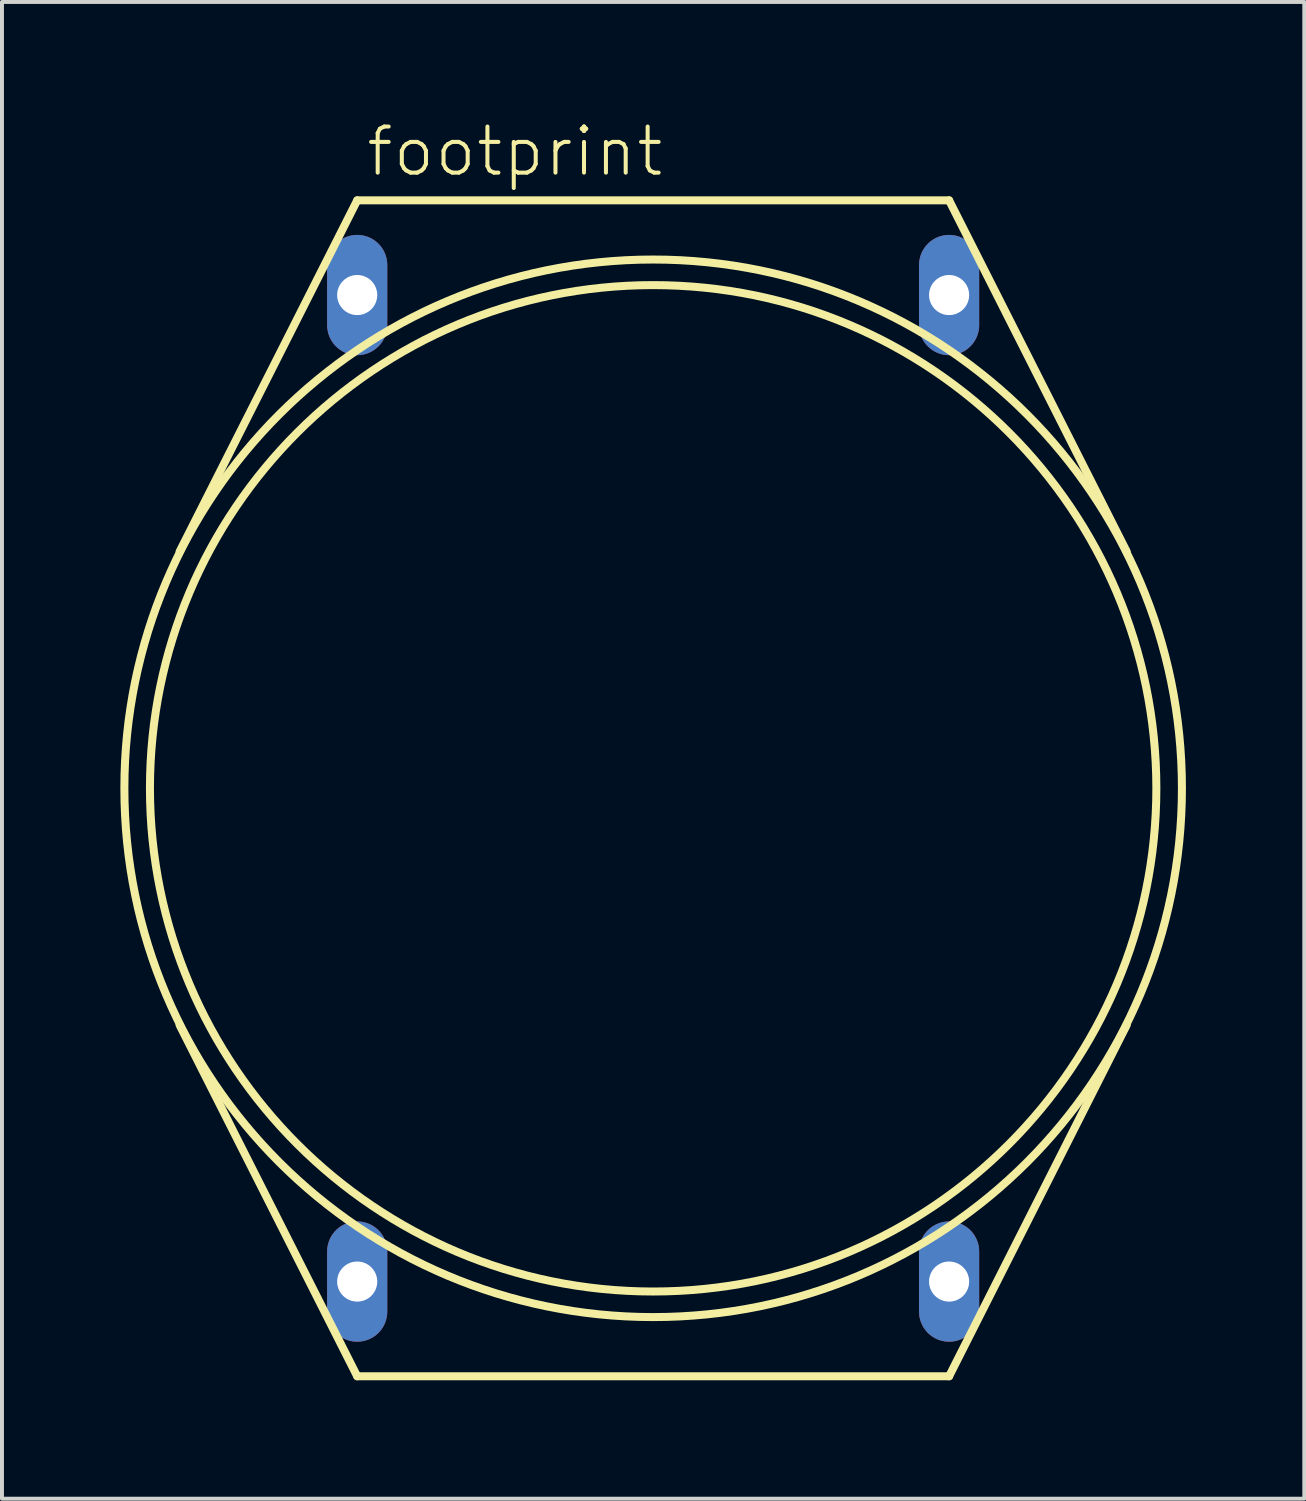
<source format=kicad_pcb>
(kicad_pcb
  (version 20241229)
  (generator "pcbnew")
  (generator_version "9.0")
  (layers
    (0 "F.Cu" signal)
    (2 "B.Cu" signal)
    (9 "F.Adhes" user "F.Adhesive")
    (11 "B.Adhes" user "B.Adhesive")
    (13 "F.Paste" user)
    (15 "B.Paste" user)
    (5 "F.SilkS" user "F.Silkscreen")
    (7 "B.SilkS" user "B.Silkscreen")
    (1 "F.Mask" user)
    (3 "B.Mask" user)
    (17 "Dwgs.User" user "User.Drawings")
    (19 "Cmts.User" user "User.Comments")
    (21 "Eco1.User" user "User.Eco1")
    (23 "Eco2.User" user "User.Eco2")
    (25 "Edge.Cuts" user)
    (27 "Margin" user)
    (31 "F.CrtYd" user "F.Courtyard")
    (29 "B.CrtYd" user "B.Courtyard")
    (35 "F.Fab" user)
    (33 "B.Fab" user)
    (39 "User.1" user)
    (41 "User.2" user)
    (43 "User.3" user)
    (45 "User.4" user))
  (footprint "footprint"
    (layer "F.Cu")
    (at 13.502 16.927)
    (property "Reference" "footprint" (at -7.326 -15.454 0) (layer "F.SilkS") (effects (font (size 1.168 1.168) (thickness 0.102)) (justify left bottom)))
    (fp_line (start -12 -6) (end -7.5 -14.9) (stroke (width 0.203) (type solid)) (layer "F.SilkS"))
    (fp_line (start -7.5 -14.9) (end 7.5 -14.9) (stroke (width 0.203) (type solid)) (layer "F.SilkS"))
    (fp_line (start -7.5 14.9) (end -12 6) (stroke (width 0.203) (type solid)) (layer "F.SilkS"))
    (fp_line (start 7.5 -14.9) (end 12 -6) (stroke (width 0.203) (type solid)) (layer "F.SilkS"))
    (fp_line (start 7.5 14.9) (end -7.5 14.9) (stroke (width 0.203) (type solid)) (layer "F.SilkS"))
    (fp_line (start 12 6) (end 7.5 14.9) (stroke (width 0.203) (type solid)) (layer "F.SilkS"))
    (fp_circle (center 0 0) (end 12.752 0) (stroke (width 0.203) (type solid)) (fill no) (layer "F.SilkS"))
    (fp_circle (center 0 0) (end 13.4 0) (stroke (width 0.203) (type solid)) (fill no) (layer "F.SilkS"))
    (pad "1" thru_hole oval (at -7.5 -12.5 90) (size 3.048 1.524) (drill 1.016) (layers "*.Cu" "*.Mask"))
    (pad "2" thru_hole oval (at -7.5 12.5 90) (size 3.048 1.524) (drill 1.016) (layers "*.Cu" "*.Mask"))
    (pad "3" thru_hole oval (at 7.5 12.5 90) (size 3.048 1.524) (drill 1.016) (layers "*.Cu" "*.Mask"))
    (pad "4" thru_hole oval (at 7.5 -12.5 90) (size 3.048 1.524) (drill 1.016) (layers "*.Cu" "*.Mask")))
  (gr_rect
    (start -3 -3)
    (end 30.003 34.929)
    (stroke (width 0.1) (type default))
    (fill no)
    (layer "Edge.Cuts")))
</source>
